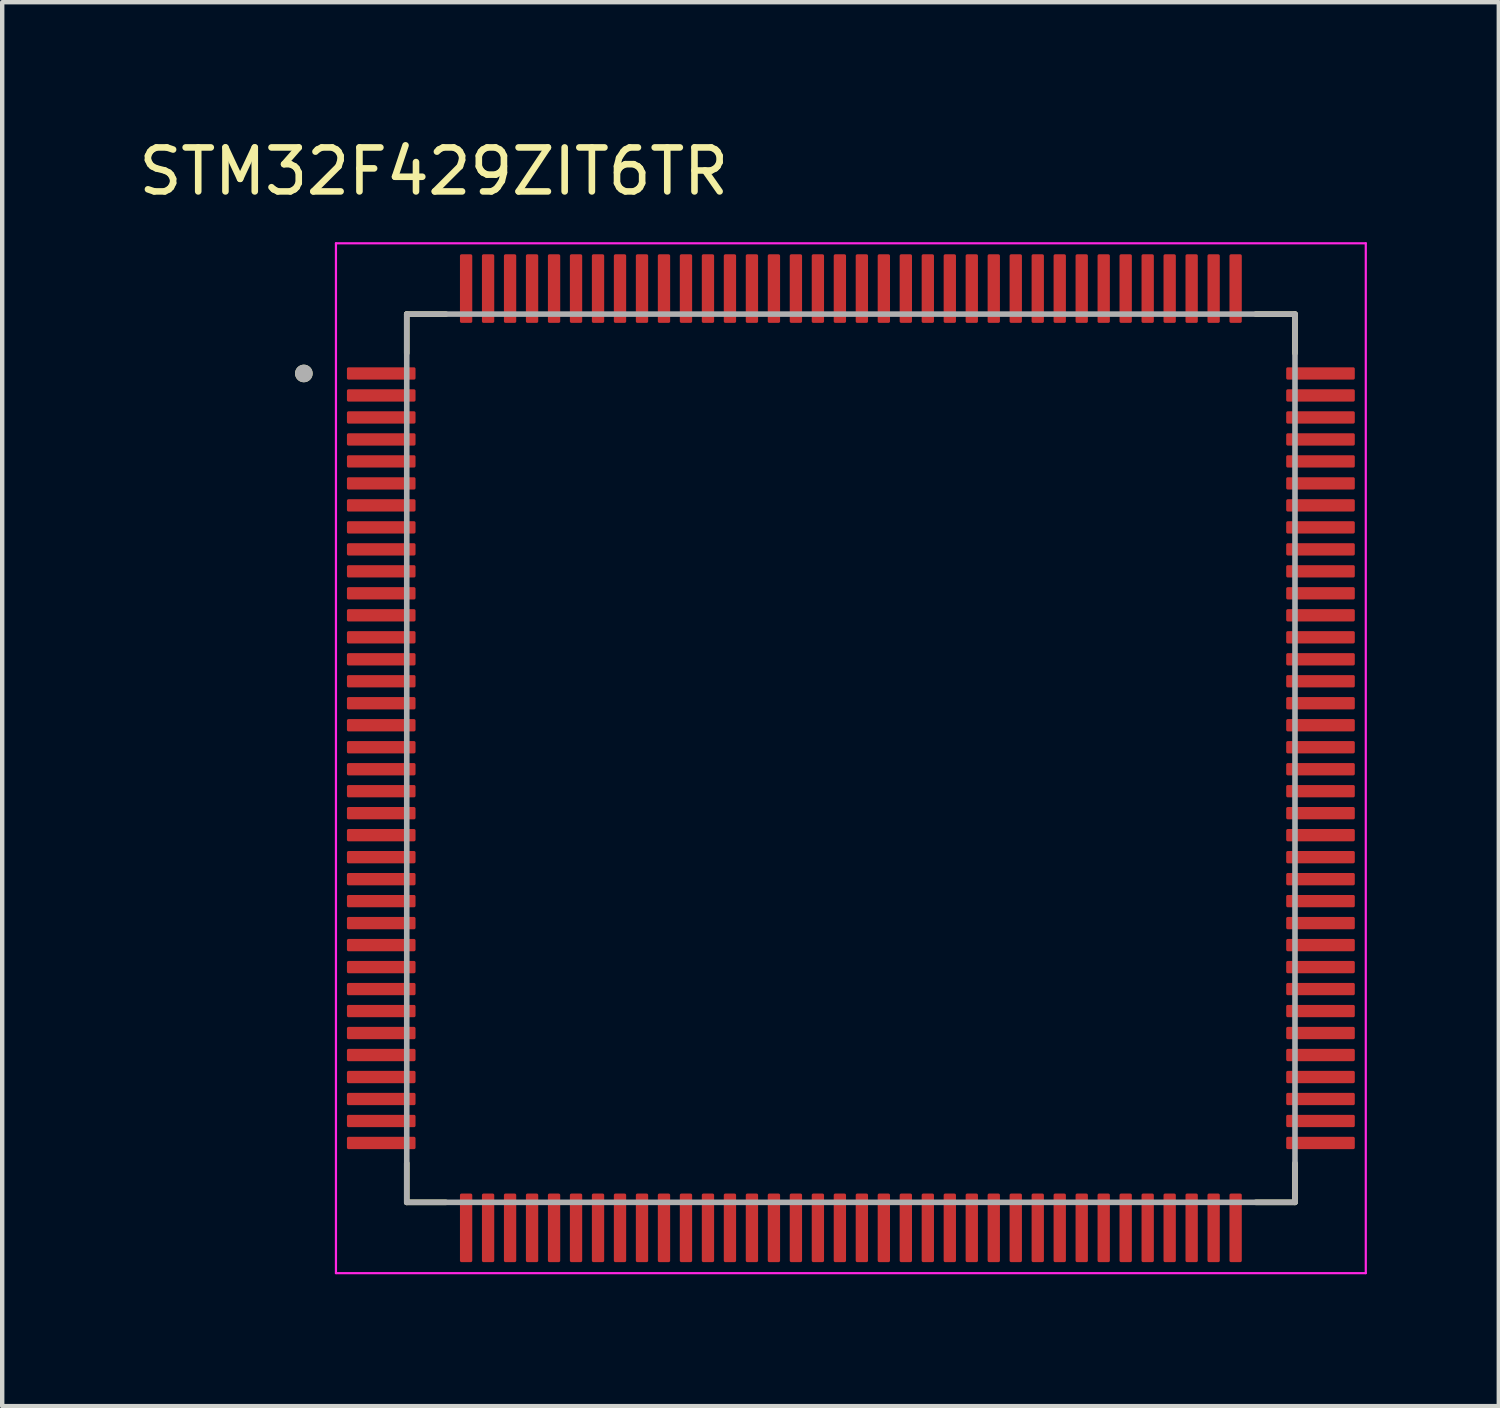
<source format=kicad_pcb>
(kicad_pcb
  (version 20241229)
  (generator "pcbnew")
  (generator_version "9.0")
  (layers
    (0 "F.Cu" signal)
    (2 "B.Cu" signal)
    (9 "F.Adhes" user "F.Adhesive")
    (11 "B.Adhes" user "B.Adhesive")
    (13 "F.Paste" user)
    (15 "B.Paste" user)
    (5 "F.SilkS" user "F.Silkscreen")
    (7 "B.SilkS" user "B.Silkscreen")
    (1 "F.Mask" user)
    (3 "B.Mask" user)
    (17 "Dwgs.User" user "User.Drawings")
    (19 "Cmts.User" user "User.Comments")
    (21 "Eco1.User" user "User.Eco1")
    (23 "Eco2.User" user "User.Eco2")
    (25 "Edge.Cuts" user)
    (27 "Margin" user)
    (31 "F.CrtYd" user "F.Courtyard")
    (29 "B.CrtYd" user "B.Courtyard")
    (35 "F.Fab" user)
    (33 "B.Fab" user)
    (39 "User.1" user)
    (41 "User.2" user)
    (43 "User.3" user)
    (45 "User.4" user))
  (footprint "STM32F429ZIT6TR"
    (layer "F.Cu")
    (at 16.3 14.193)
    (property "Reference" "STM32F429ZIT6TR" (at -9.485 -13.345 0) (layer "F.SilkS") (effects (font (size 1 1) (thickness 0.15))))
    (attr smd)
    (fp_line (start -10.1 -10.1) (end -10.1 -9.21) (stroke (width 0.127) (type solid)) (layer "F.SilkS"))
    (fp_line (start -10.1 -10.1) (end -9.21 -10.1) (stroke (width 0.127) (type solid)) (layer "F.SilkS"))
    (fp_line (start -10.1 10.1) (end -10.1 9.21) (stroke (width 0.127) (type solid)) (layer "F.SilkS"))
    (fp_line (start -10.1 10.1) (end -9.21 10.1) (stroke (width 0.127) (type solid)) (layer "F.SilkS"))
    (fp_line (start 10.1 -10.1) (end 9.21 -10.1) (stroke (width 0.127) (type solid)) (layer "F.SilkS"))
    (fp_line (start 10.1 -10.1) (end 10.1 -9.21) (stroke (width 0.127) (type solid)) (layer "F.SilkS"))
    (fp_line (start 10.1 10.1) (end 9.21 10.1) (stroke (width 0.127) (type solid)) (layer "F.SilkS"))
    (fp_line (start 10.1 10.1) (end 10.1 9.21) (stroke (width 0.127) (type solid)) (layer "F.SilkS"))
    (fp_circle (center -12.44 -8.75) (end -12.34 -8.75) (stroke (width 0.2) (type solid)) (fill no) (layer "F.SilkS"))
    (fp_line (start -11.71 -11.71) (end 11.71 -11.71) (stroke (width 0.05) (type solid)) (layer "F.CrtYd"))
    (fp_line (start -11.71 11.71) (end -11.71 -11.71) (stroke (width 0.05) (type solid)) (layer "F.CrtYd"))
    (fp_line (start -11.71 11.71) (end 11.71 11.71) (stroke (width 0.05) (type solid)) (layer "F.CrtYd"))
    (fp_line (start 11.71 11.71) (end 11.71 -11.71) (stroke (width 0.05) (type solid)) (layer "F.CrtYd"))
    (fp_line (start -10.1 10.1) (end -10.1 -10.1) (stroke (width 0.127) (type solid)) (layer "F.Fab"))
    (fp_line (start 10.1 -10.1) (end -10.1 -10.1) (stroke (width 0.127) (type solid)) (layer "F.Fab"))
    (fp_line (start 10.1 10.1) (end -10.1 10.1) (stroke (width 0.127) (type solid)) (layer "F.Fab"))
    (fp_line (start 10.1 10.1) (end 10.1 -10.1) (stroke (width 0.127) (type solid)) (layer "F.Fab"))
    (fp_circle (center -12.44 -8.75) (end -12.34 -8.75) (stroke (width 0.2) (type solid)) (fill no) (layer "F.Fab"))
    (pad "1" smd roundrect (at -10.68 -8.75) (size 1.56 0.28) (layers "F.Cu" "F.Mask" "F.Paste") (roundrect_rratio 0.125))
    (pad "2" smd roundrect (at -10.68 -8.25) (size 1.56 0.28) (layers "F.Cu" "F.Mask" "F.Paste") (roundrect_rratio 0.125))
    (pad "3" smd roundrect (at -10.68 -7.75) (size 1.56 0.28) (layers "F.Cu" "F.Mask" "F.Paste") (roundrect_rratio 0.125))
    (pad "4" smd roundrect (at -10.68 -7.25) (size 1.56 0.28) (layers "F.Cu" "F.Mask" "F.Paste") (roundrect_rratio 0.125))
    (pad "5" smd roundrect (at -10.68 -6.75) (size 1.56 0.28) (layers "F.Cu" "F.Mask" "F.Paste") (roundrect_rratio 0.125))
    (pad "6" smd roundrect (at -10.68 -6.25) (size 1.56 0.28) (layers "F.Cu" "F.Mask" "F.Paste") (roundrect_rratio 0.125))
    (pad "7" smd roundrect (at -10.68 -5.75) (size 1.56 0.28) (layers "F.Cu" "F.Mask" "F.Paste") (roundrect_rratio 0.125))
    (pad "8" smd roundrect (at -10.68 -5.25) (size 1.56 0.28) (layers "F.Cu" "F.Mask" "F.Paste") (roundrect_rratio 0.125))
    (pad "9" smd roundrect (at -10.68 -4.75) (size 1.56 0.28) (layers "F.Cu" "F.Mask" "F.Paste") (roundrect_rratio 0.125))
    (pad "10" smd roundrect (at -10.68 -4.25) (size 1.56 0.28) (layers "F.Cu" "F.Mask" "F.Paste") (roundrect_rratio 0.125))
    (pad "11" smd roundrect (at -10.68 -3.75) (size 1.56 0.28) (layers "F.Cu" "F.Mask" "F.Paste") (roundrect_rratio 0.125))
    (pad "12" smd roundrect (at -10.68 -3.25) (size 1.56 0.28) (layers "F.Cu" "F.Mask" "F.Paste") (roundrect_rratio 0.125))
    (pad "13" smd roundrect (at -10.68 -2.75) (size 1.56 0.28) (layers "F.Cu" "F.Mask" "F.Paste") (roundrect_rratio 0.125))
    (pad "14" smd roundrect (at -10.68 -2.25) (size 1.56 0.28) (layers "F.Cu" "F.Mask" "F.Paste") (roundrect_rratio 0.125))
    (pad "15" smd roundrect (at -10.68 -1.75) (size 1.56 0.28) (layers "F.Cu" "F.Mask" "F.Paste") (roundrect_rratio 0.125))
    (pad "16" smd roundrect (at -10.68 -1.25) (size 1.56 0.28) (layers "F.Cu" "F.Mask" "F.Paste") (roundrect_rratio 0.125))
    (pad "17" smd roundrect (at -10.68 -0.75) (size 1.56 0.28) (layers "F.Cu" "F.Mask" "F.Paste") (roundrect_rratio 0.125))
    (pad "18" smd roundrect (at -10.68 -0.25) (size 1.56 0.28) (layers "F.Cu" "F.Mask" "F.Paste") (roundrect_rratio 0.125))
    (pad "19" smd roundrect (at -10.68 0.25) (size 1.56 0.28) (layers "F.Cu" "F.Mask" "F.Paste") (roundrect_rratio 0.125))
    (pad "20" smd roundrect (at -10.68 0.75) (size 1.56 0.28) (layers "F.Cu" "F.Mask" "F.Paste") (roundrect_rratio 0.125))
    (pad "21" smd roundrect (at -10.68 1.25) (size 1.56 0.28) (layers "F.Cu" "F.Mask" "F.Paste") (roundrect_rratio 0.125))
    (pad "22" smd roundrect (at -10.68 1.75) (size 1.56 0.28) (layers "F.Cu" "F.Mask" "F.Paste") (roundrect_rratio 0.125))
    (pad "23" smd roundrect (at -10.68 2.25) (size 1.56 0.28) (layers "F.Cu" "F.Mask" "F.Paste") (roundrect_rratio 0.125))
    (pad "24" smd roundrect (at -10.68 2.75) (size 1.56 0.28) (layers "F.Cu" "F.Mask" "F.Paste") (roundrect_rratio 0.125))
    (pad "25" smd roundrect (at -10.68 3.25) (size 1.56 0.28) (layers "F.Cu" "F.Mask" "F.Paste") (roundrect_rratio 0.125))
    (pad "26" smd roundrect (at -10.68 3.75) (size 1.56 0.28) (layers "F.Cu" "F.Mask" "F.Paste") (roundrect_rratio 0.125))
    (pad "27" smd roundrect (at -10.68 4.25) (size 1.56 0.28) (layers "F.Cu" "F.Mask" "F.Paste") (roundrect_rratio 0.125))
    (pad "28" smd roundrect (at -10.68 4.75) (size 1.56 0.28) (layers "F.Cu" "F.Mask" "F.Paste") (roundrect_rratio 0.125))
    (pad "29" smd roundrect (at -10.68 5.25) (size 1.56 0.28) (layers "F.Cu" "F.Mask" "F.Paste") (roundrect_rratio 0.125))
    (pad "30" smd roundrect (at -10.68 5.75) (size 1.56 0.28) (layers "F.Cu" "F.Mask" "F.Paste") (roundrect_rratio 0.125))
    (pad "31" smd roundrect (at -10.68 6.25) (size 1.56 0.28) (layers "F.Cu" "F.Mask" "F.Paste") (roundrect_rratio 0.125))
    (pad "32" smd roundrect (at -10.68 6.75) (size 1.56 0.28) (layers "F.Cu" "F.Mask" "F.Paste") (roundrect_rratio 0.125))
    (pad "33" smd roundrect (at -10.68 7.25) (size 1.56 0.28) (layers "F.Cu" "F.Mask" "F.Paste") (roundrect_rratio 0.125))
    (pad "34" smd roundrect (at -10.68 7.75) (size 1.56 0.28) (layers "F.Cu" "F.Mask" "F.Paste") (roundrect_rratio 0.125))
    (pad "35" smd roundrect (at -10.68 8.25) (size 1.56 0.28) (layers "F.Cu" "F.Mask" "F.Paste") (roundrect_rratio 0.125))
    (pad "36" smd roundrect (at -10.68 8.75) (size 1.56 0.28) (layers "F.Cu" "F.Mask" "F.Paste") (roundrect_rratio 0.125))
    (pad "37" smd roundrect (at -8.75 10.68) (size 0.28 1.56) (layers "F.Cu" "F.Mask" "F.Paste") (roundrect_rratio 0.125))
    (pad "38" smd roundrect (at -8.25 10.68) (size 0.28 1.56) (layers "F.Cu" "F.Mask" "F.Paste") (roundrect_rratio 0.125))
    (pad "39" smd roundrect (at -7.75 10.68) (size 0.28 1.56) (layers "F.Cu" "F.Mask" "F.Paste") (roundrect_rratio 0.125))
    (pad "40" smd roundrect (at -7.25 10.68) (size 0.28 1.56) (layers "F.Cu" "F.Mask" "F.Paste") (roundrect_rratio 0.125))
    (pad "41" smd roundrect (at -6.75 10.68) (size 0.28 1.56) (layers "F.Cu" "F.Mask" "F.Paste") (roundrect_rratio 0.125))
    (pad "42" smd roundrect (at -6.25 10.68) (size 0.28 1.56) (layers "F.Cu" "F.Mask" "F.Paste") (roundrect_rratio 0.125))
    (pad "43" smd roundrect (at -5.75 10.68) (size 0.28 1.56) (layers "F.Cu" "F.Mask" "F.Paste") (roundrect_rratio 0.125))
    (pad "44" smd roundrect (at -5.25 10.68) (size 0.28 1.56) (layers "F.Cu" "F.Mask" "F.Paste") (roundrect_rratio 0.125))
    (pad "45" smd roundrect (at -4.75 10.68) (size 0.28 1.56) (layers "F.Cu" "F.Mask" "F.Paste") (roundrect_rratio 0.125))
    (pad "46" smd roundrect (at -4.25 10.68) (size 0.28 1.56) (layers "F.Cu" "F.Mask" "F.Paste") (roundrect_rratio 0.125))
    (pad "47" smd roundrect (at -3.75 10.68) (size 0.28 1.56) (layers "F.Cu" "F.Mask" "F.Paste") (roundrect_rratio 0.125))
    (pad "48" smd roundrect (at -3.25 10.68) (size 0.28 1.56) (layers "F.Cu" "F.Mask" "F.Paste") (roundrect_rratio 0.125))
    (pad "49" smd roundrect (at -2.75 10.68) (size 0.28 1.56) (layers "F.Cu" "F.Mask" "F.Paste") (roundrect_rratio 0.125))
    (pad "50" smd roundrect (at -2.25 10.68) (size 0.28 1.56) (layers "F.Cu" "F.Mask" "F.Paste") (roundrect_rratio 0.125))
    (pad "51" smd roundrect (at -1.75 10.68) (size 0.28 1.56) (layers "F.Cu" "F.Mask" "F.Paste") (roundrect_rratio 0.125))
    (pad "52" smd roundrect (at -1.25 10.68) (size 0.28 1.56) (layers "F.Cu" "F.Mask" "F.Paste") (roundrect_rratio 0.125))
    (pad "53" smd roundrect (at -0.75 10.68) (size 0.28 1.56) (layers "F.Cu" "F.Mask" "F.Paste") (roundrect_rratio 0.125))
    (pad "54" smd roundrect (at -0.25 10.68) (size 0.28 1.56) (layers "F.Cu" "F.Mask" "F.Paste") (roundrect_rratio 0.125))
    (pad "55" smd roundrect (at 0.25 10.68) (size 0.28 1.56) (layers "F.Cu" "F.Mask" "F.Paste") (roundrect_rratio 0.125))
    (pad "56" smd roundrect (at 0.75 10.68) (size 0.28 1.56) (layers "F.Cu" "F.Mask" "F.Paste") (roundrect_rratio 0.125))
    (pad "57" smd roundrect (at 1.25 10.68) (size 0.28 1.56) (layers "F.Cu" "F.Mask" "F.Paste") (roundrect_rratio 0.125))
    (pad "58" smd roundrect (at 1.75 10.68) (size 0.28 1.56) (layers "F.Cu" "F.Mask" "F.Paste") (roundrect_rratio 0.125))
    (pad "59" smd roundrect (at 2.25 10.68) (size 0.28 1.56) (layers "F.Cu" "F.Mask" "F.Paste") (roundrect_rratio 0.125))
    (pad "60" smd roundrect (at 2.75 10.68) (size 0.28 1.56) (layers "F.Cu" "F.Mask" "F.Paste") (roundrect_rratio 0.125))
    (pad "61" smd roundrect (at 3.25 10.68) (size 0.28 1.56) (layers "F.Cu" "F.Mask" "F.Paste") (roundrect_rratio 0.125))
    (pad "62" smd roundrect (at 3.75 10.68) (size 0.28 1.56) (layers "F.Cu" "F.Mask" "F.Paste") (roundrect_rratio 0.125))
    (pad "63" smd roundrect (at 4.25 10.68) (size 0.28 1.56) (layers "F.Cu" "F.Mask" "F.Paste") (roundrect_rratio 0.125))
    (pad "64" smd roundrect (at 4.75 10.68) (size 0.28 1.56) (layers "F.Cu" "F.Mask" "F.Paste") (roundrect_rratio 0.125))
    (pad "65" smd roundrect (at 5.25 10.68) (size 0.28 1.56) (layers "F.Cu" "F.Mask" "F.Paste") (roundrect_rratio 0.125))
    (pad "66" smd roundrect (at 5.75 10.68) (size 0.28 1.56) (layers "F.Cu" "F.Mask" "F.Paste") (roundrect_rratio 0.125))
    (pad "67" smd roundrect (at 6.25 10.68) (size 0.28 1.56) (layers "F.Cu" "F.Mask" "F.Paste") (roundrect_rratio 0.125))
    (pad "68" smd roundrect (at 6.75 10.68) (size 0.28 1.56) (layers "F.Cu" "F.Mask" "F.Paste") (roundrect_rratio 0.125))
    (pad "69" smd roundrect (at 7.25 10.68) (size 0.28 1.56) (layers "F.Cu" "F.Mask" "F.Paste") (roundrect_rratio 0.125))
    (pad "70" smd roundrect (at 7.75 10.68) (size 0.28 1.56) (layers "F.Cu" "F.Mask" "F.Paste") (roundrect_rratio 0.125))
    (pad "71" smd roundrect (at 8.25 10.68) (size 0.28 1.56) (layers "F.Cu" "F.Mask" "F.Paste") (roundrect_rratio 0.125))
    (pad "72" smd roundrect (at 8.75 10.68) (size 0.28 1.56) (layers "F.Cu" "F.Mask" "F.Paste") (roundrect_rratio 0.125))
    (pad "73" smd roundrect (at 10.68 8.75) (size 1.56 0.28) (layers "F.Cu" "F.Mask" "F.Paste") (roundrect_rratio 0.125))
    (pad "74" smd roundrect (at 10.68 8.25) (size 1.56 0.28) (layers "F.Cu" "F.Mask" "F.Paste") (roundrect_rratio 0.125))
    (pad "75" smd roundrect (at 10.68 7.75) (size 1.56 0.28) (layers "F.Cu" "F.Mask" "F.Paste") (roundrect_rratio 0.125))
    (pad "76" smd roundrect (at 10.68 7.25) (size 1.56 0.28) (layers "F.Cu" "F.Mask" "F.Paste") (roundrect_rratio 0.125))
    (pad "77" smd roundrect (at 10.68 6.75) (size 1.56 0.28) (layers "F.Cu" "F.Mask" "F.Paste") (roundrect_rratio 0.125))
    (pad "78" smd roundrect (at 10.68 6.25) (size 1.56 0.28) (layers "F.Cu" "F.Mask" "F.Paste") (roundrect_rratio 0.125))
    (pad "79" smd roundrect (at 10.68 5.75) (size 1.56 0.28) (layers "F.Cu" "F.Mask" "F.Paste") (roundrect_rratio 0.125))
    (pad "80" smd roundrect (at 10.68 5.25) (size 1.56 0.28) (layers "F.Cu" "F.Mask" "F.Paste") (roundrect_rratio 0.125))
    (pad "81" smd roundrect (at 10.68 4.75) (size 1.56 0.28) (layers "F.Cu" "F.Mask" "F.Paste") (roundrect_rratio 0.125))
    (pad "82" smd roundrect (at 10.68 4.25) (size 1.56 0.28) (layers "F.Cu" "F.Mask" "F.Paste") (roundrect_rratio 0.125))
    (pad "83" smd roundrect (at 10.68 3.75) (size 1.56 0.28) (layers "F.Cu" "F.Mask" "F.Paste") (roundrect_rratio 0.125))
    (pad "84" smd roundrect (at 10.68 3.25) (size 1.56 0.28) (layers "F.Cu" "F.Mask" "F.Paste") (roundrect_rratio 0.125))
    (pad "85" smd roundrect (at 10.68 2.75) (size 1.56 0.28) (layers "F.Cu" "F.Mask" "F.Paste") (roundrect_rratio 0.125))
    (pad "86" smd roundrect (at 10.68 2.25) (size 1.56 0.28) (layers "F.Cu" "F.Mask" "F.Paste") (roundrect_rratio 0.125))
    (pad "87" smd roundrect (at 10.68 1.75) (size 1.56 0.28) (layers "F.Cu" "F.Mask" "F.Paste") (roundrect_rratio 0.125))
    (pad "88" smd roundrect (at 10.68 1.25) (size 1.56 0.28) (layers "F.Cu" "F.Mask" "F.Paste") (roundrect_rratio 0.125))
    (pad "89" smd roundrect (at 10.68 0.75) (size 1.56 0.28) (layers "F.Cu" "F.Mask" "F.Paste") (roundrect_rratio 0.125))
    (pad "90" smd roundrect (at 10.68 0.25) (size 1.56 0.28) (layers "F.Cu" "F.Mask" "F.Paste") (roundrect_rratio 0.125))
    (pad "91" smd roundrect (at 10.68 -0.25) (size 1.56 0.28) (layers "F.Cu" "F.Mask" "F.Paste") (roundrect_rratio 0.125))
    (pad "92" smd roundrect (at 10.68 -0.75) (size 1.56 0.28) (layers "F.Cu" "F.Mask" "F.Paste") (roundrect_rratio 0.125))
    (pad "93" smd roundrect (at 10.68 -1.25) (size 1.56 0.28) (layers "F.Cu" "F.Mask" "F.Paste") (roundrect_rratio 0.125))
    (pad "94" smd roundrect (at 10.68 -1.75) (size 1.56 0.28) (layers "F.Cu" "F.Mask" "F.Paste") (roundrect_rratio 0.125))
    (pad "95" smd roundrect (at 10.68 -2.25) (size 1.56 0.28) (layers "F.Cu" "F.Mask" "F.Paste") (roundrect_rratio 0.125))
    (pad "96" smd roundrect (at 10.68 -2.75) (size 1.56 0.28) (layers "F.Cu" "F.Mask" "F.Paste") (roundrect_rratio 0.125))
    (pad "97" smd roundrect (at 10.68 -3.25) (size 1.56 0.28) (layers "F.Cu" "F.Mask" "F.Paste") (roundrect_rratio 0.125))
    (pad "98" smd roundrect (at 10.68 -3.75) (size 1.56 0.28) (layers "F.Cu" "F.Mask" "F.Paste") (roundrect_rratio 0.125))
    (pad "99" smd roundrect (at 10.68 -4.25) (size 1.56 0.28) (layers "F.Cu" "F.Mask" "F.Paste") (roundrect_rratio 0.125))
    (pad "100" smd roundrect (at 10.68 -4.75) (size 1.56 0.28) (layers "F.Cu" "F.Mask" "F.Paste") (roundrect_rratio 0.125))
    (pad "101" smd roundrect (at 10.68 -5.25) (size 1.56 0.28) (layers "F.Cu" "F.Mask" "F.Paste") (roundrect_rratio 0.125))
    (pad "102" smd roundrect (at 10.68 -5.75) (size 1.56 0.28) (layers "F.Cu" "F.Mask" "F.Paste") (roundrect_rratio 0.125))
    (pad "103" smd roundrect (at 10.68 -6.25) (size 1.56 0.28) (layers "F.Cu" "F.Mask" "F.Paste") (roundrect_rratio 0.125))
    (pad "104" smd roundrect (at 10.68 -6.75) (size 1.56 0.28) (layers "F.Cu" "F.Mask" "F.Paste") (roundrect_rratio 0.125))
    (pad "105" smd roundrect (at 10.68 -7.25) (size 1.56 0.28) (layers "F.Cu" "F.Mask" "F.Paste") (roundrect_rratio 0.125))
    (pad "106" smd roundrect (at 10.68 -7.75) (size 1.56 0.28) (layers "F.Cu" "F.Mask" "F.Paste") (roundrect_rratio 0.125))
    (pad "107" smd roundrect (at 10.68 -8.25) (size 1.56 0.28) (layers "F.Cu" "F.Mask" "F.Paste") (roundrect_rratio 0.125))
    (pad "108" smd roundrect (at 10.68 -8.75) (size 1.56 0.28) (layers "F.Cu" "F.Mask" "F.Paste") (roundrect_rratio 0.125))
    (pad "109" smd roundrect (at 8.75 -10.68) (size 0.28 1.56) (layers "F.Cu" "F.Mask" "F.Paste") (roundrect_rratio 0.125))
    (pad "110" smd roundrect (at 8.25 -10.68) (size 0.28 1.56) (layers "F.Cu" "F.Mask" "F.Paste") (roundrect_rratio 0.125))
    (pad "111" smd roundrect (at 7.75 -10.68) (size 0.28 1.56) (layers "F.Cu" "F.Mask" "F.Paste") (roundrect_rratio 0.125))
    (pad "112" smd roundrect (at 7.25 -10.68) (size 0.28 1.56) (layers "F.Cu" "F.Mask" "F.Paste") (roundrect_rratio 0.125))
    (pad "113" smd roundrect (at 6.75 -10.68) (size 0.28 1.56) (layers "F.Cu" "F.Mask" "F.Paste") (roundrect_rratio 0.125))
    (pad "114" smd roundrect (at 6.25 -10.68) (size 0.28 1.56) (layers "F.Cu" "F.Mask" "F.Paste") (roundrect_rratio 0.125))
    (pad "115" smd roundrect (at 5.75 -10.68) (size 0.28 1.56) (layers "F.Cu" "F.Mask" "F.Paste") (roundrect_rratio 0.125))
    (pad "116" smd roundrect (at 5.25 -10.68) (size 0.28 1.56) (layers "F.Cu" "F.Mask" "F.Paste") (roundrect_rratio 0.125))
    (pad "117" smd roundrect (at 4.75 -10.68) (size 0.28 1.56) (layers "F.Cu" "F.Mask" "F.Paste") (roundrect_rratio 0.125))
    (pad "118" smd roundrect (at 4.25 -10.68) (size 0.28 1.56) (layers "F.Cu" "F.Mask" "F.Paste") (roundrect_rratio 0.125))
    (pad "119" smd roundrect (at 3.75 -10.68) (size 0.28 1.56) (layers "F.Cu" "F.Mask" "F.Paste") (roundrect_rratio 0.125))
    (pad "120" smd roundrect (at 3.25 -10.68) (size 0.28 1.56) (layers "F.Cu" "F.Mask" "F.Paste") (roundrect_rratio 0.125))
    (pad "121" smd roundrect (at 2.75 -10.68) (size 0.28 1.56) (layers "F.Cu" "F.Mask" "F.Paste") (roundrect_rratio 0.125))
    (pad "122" smd roundrect (at 2.25 -10.68) (size 0.28 1.56) (layers "F.Cu" "F.Mask" "F.Paste") (roundrect_rratio 0.125))
    (pad "123" smd roundrect (at 1.75 -10.68) (size 0.28 1.56) (layers "F.Cu" "F.Mask" "F.Paste") (roundrect_rratio 0.125))
    (pad "124" smd roundrect (at 1.25 -10.68) (size 0.28 1.56) (layers "F.Cu" "F.Mask" "F.Paste") (roundrect_rratio 0.125))
    (pad "125" smd roundrect (at 0.75 -10.68) (size 0.28 1.56) (layers "F.Cu" "F.Mask" "F.Paste") (roundrect_rratio 0.125))
    (pad "126" smd roundrect (at 0.25 -10.68) (size 0.28 1.56) (layers "F.Cu" "F.Mask" "F.Paste") (roundrect_rratio 0.125))
    (pad "127" smd roundrect (at -0.25 -10.68) (size 0.28 1.56) (layers "F.Cu" "F.Mask" "F.Paste") (roundrect_rratio 0.125))
    (pad "128" smd roundrect (at -0.75 -10.68) (size 0.28 1.56) (layers "F.Cu" "F.Mask" "F.Paste") (roundrect_rratio 0.125))
    (pad "129" smd roundrect (at -1.25 -10.68) (size 0.28 1.56) (layers "F.Cu" "F.Mask" "F.Paste") (roundrect_rratio 0.125))
    (pad "130" smd roundrect (at -1.75 -10.68) (size 0.28 1.56) (layers "F.Cu" "F.Mask" "F.Paste") (roundrect_rratio 0.125))
    (pad "131" smd roundrect (at -2.25 -10.68) (size 0.28 1.56) (layers "F.Cu" "F.Mask" "F.Paste") (roundrect_rratio 0.125))
    (pad "132" smd roundrect (at -2.75 -10.68) (size 0.28 1.56) (layers "F.Cu" "F.Mask" "F.Paste") (roundrect_rratio 0.125))
    (pad "133" smd roundrect (at -3.25 -10.68) (size 0.28 1.56) (layers "F.Cu" "F.Mask" "F.Paste") (roundrect_rratio 0.125))
    (pad "134" smd roundrect (at -3.75 -10.68) (size 0.28 1.56) (layers "F.Cu" "F.Mask" "F.Paste") (roundrect_rratio 0.125))
    (pad "135" smd roundrect (at -4.25 -10.68) (size 0.28 1.56) (layers "F.Cu" "F.Mask" "F.Paste") (roundrect_rratio 0.125))
    (pad "136" smd roundrect (at -4.75 -10.68) (size 0.28 1.56) (layers "F.Cu" "F.Mask" "F.Paste") (roundrect_rratio 0.125))
    (pad "137" smd roundrect (at -5.25 -10.68) (size 0.28 1.56) (layers "F.Cu" "F.Mask" "F.Paste") (roundrect_rratio 0.125))
    (pad "138" smd roundrect (at -5.75 -10.68) (size 0.28 1.56) (layers "F.Cu" "F.Mask" "F.Paste") (roundrect_rratio 0.125))
    (pad "139" smd roundrect (at -6.25 -10.68) (size 0.28 1.56) (layers "F.Cu" "F.Mask" "F.Paste") (roundrect_rratio 0.125))
    (pad "140" smd roundrect (at -6.75 -10.68) (size 0.28 1.56) (layers "F.Cu" "F.Mask" "F.Paste") (roundrect_rratio 0.125))
    (pad "141" smd roundrect (at -7.25 -10.68) (size 0.28 1.56) (layers "F.Cu" "F.Mask" "F.Paste") (roundrect_rratio 0.125))
    (pad "142" smd roundrect (at -7.75 -10.68) (size 0.28 1.56) (layers "F.Cu" "F.Mask" "F.Paste") (roundrect_rratio 0.125))
    (pad "143" smd roundrect (at -8.25 -10.68) (size 0.28 1.56) (layers "F.Cu" "F.Mask" "F.Paste") (roundrect_rratio 0.125))
    (pad "144" smd roundrect (at -8.75 -10.68) (size 0.28 1.56) (layers "F.Cu" "F.Mask" "F.Paste") (roundrect_rratio 0.125)))
  (gr_rect
    (start -3 -3)
    (end 31.035 28.928)
    (stroke (width 0.1) (type default))
    (fill no)
    (layer "Edge.Cuts")))
</source>
